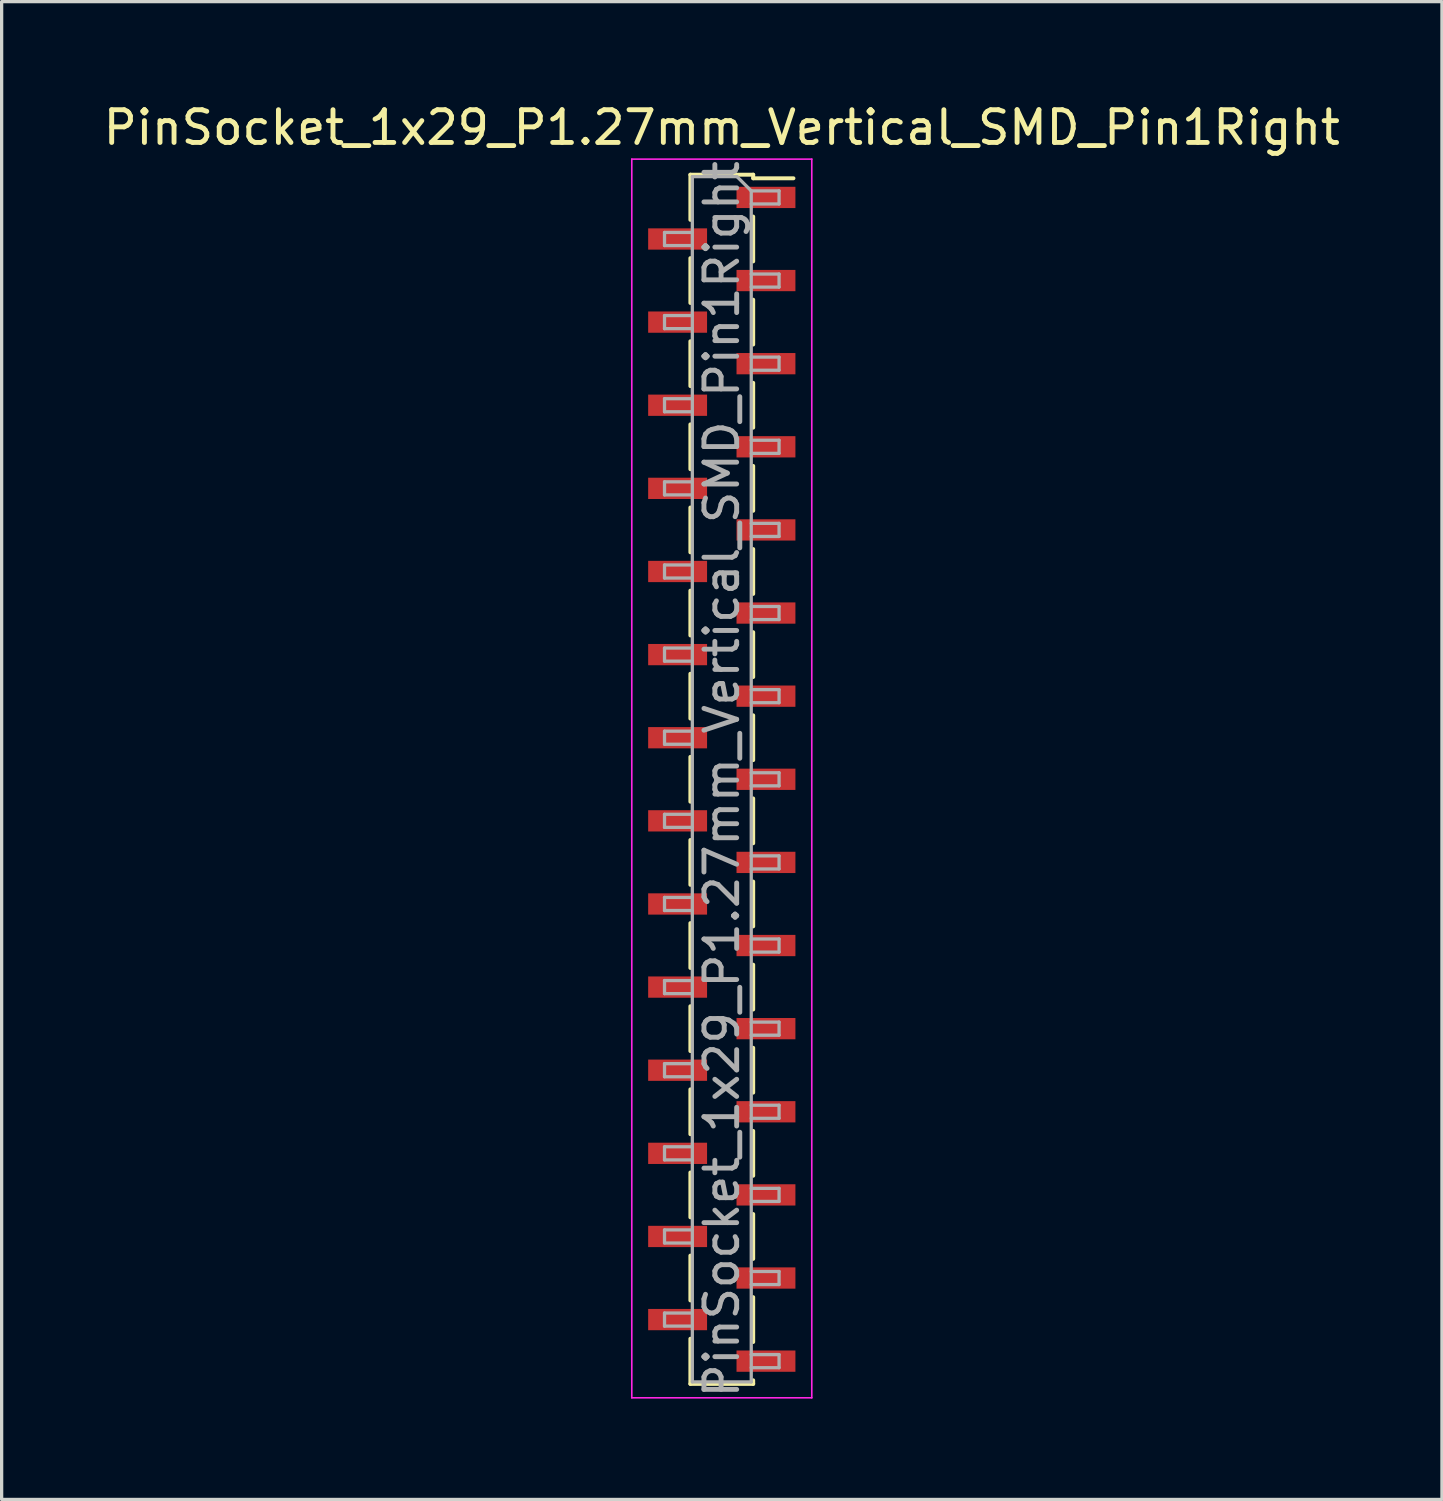
<source format=kicad_pcb>
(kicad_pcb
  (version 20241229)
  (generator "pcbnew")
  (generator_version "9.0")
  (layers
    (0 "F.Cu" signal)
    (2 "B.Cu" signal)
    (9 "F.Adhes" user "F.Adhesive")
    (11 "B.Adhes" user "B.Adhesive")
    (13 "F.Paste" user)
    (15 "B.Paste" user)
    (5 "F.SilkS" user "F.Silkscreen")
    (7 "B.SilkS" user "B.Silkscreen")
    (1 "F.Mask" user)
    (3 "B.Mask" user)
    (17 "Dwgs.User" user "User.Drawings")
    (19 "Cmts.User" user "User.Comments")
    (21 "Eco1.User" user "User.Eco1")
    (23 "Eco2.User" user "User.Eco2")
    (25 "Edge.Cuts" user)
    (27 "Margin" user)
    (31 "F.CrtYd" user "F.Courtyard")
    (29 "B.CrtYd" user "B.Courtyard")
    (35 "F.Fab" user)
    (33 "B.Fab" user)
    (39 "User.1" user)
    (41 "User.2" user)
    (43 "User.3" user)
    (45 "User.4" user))
  (footprint "PinSocket_1x29_P1.27mm_Vertical_SMD_Pin1Right"
    (layer "F.Cu")
    (at 19.006 20.763)
    (property "Reference" "PinSocket_1x29_P1.27mm_Vertical_SMD_Pin1Right" (at 0 -19.915 0) (layer "F.SilkS") (effects (font (size 1 1) (thickness 0.15))))
    (attr smd)
    (fp_line (start -0.96 -18.475) (end -0.96 -17.095) (stroke (width 0.12) (type solid)) (layer "F.SilkS"))
    (fp_line (start -0.96 -18.475) (end 0.96 -18.475) (stroke (width 0.12) (type solid)) (layer "F.SilkS"))
    (fp_line (start -0.96 -15.925) (end -0.96 -14.555) (stroke (width 0.12) (type solid)) (layer "F.SilkS"))
    (fp_line (start -0.96 -13.385) (end -0.96 -12.015) (stroke (width 0.12) (type solid)) (layer "F.SilkS"))
    (fp_line (start -0.96 -10.845) (end -0.96 -9.475) (stroke (width 0.12) (type solid)) (layer "F.SilkS"))
    (fp_line (start -0.96 -8.305) (end -0.96 -6.935) (stroke (width 0.12) (type solid)) (layer "F.SilkS"))
    (fp_line (start -0.96 -5.765) (end -0.96 -4.395) (stroke (width 0.12) (type solid)) (layer "F.SilkS"))
    (fp_line (start -0.96 -3.225) (end -0.96 -1.855) (stroke (width 0.12) (type solid)) (layer "F.SilkS"))
    (fp_line (start -0.96 -0.685) (end -0.96 0.685) (stroke (width 0.12) (type solid)) (layer "F.SilkS"))
    (fp_line (start -0.96 1.855) (end -0.96 3.225) (stroke (width 0.12) (type solid)) (layer "F.SilkS"))
    (fp_line (start -0.96 4.395) (end -0.96 5.765) (stroke (width 0.12) (type solid)) (layer "F.SilkS"))
    (fp_line (start -0.96 6.935) (end -0.96 8.305) (stroke (width 0.12) (type solid)) (layer "F.SilkS"))
    (fp_line (start -0.96 9.475) (end -0.96 10.845) (stroke (width 0.12) (type solid)) (layer "F.SilkS"))
    (fp_line (start -0.96 12.015) (end -0.96 13.385) (stroke (width 0.12) (type solid)) (layer "F.SilkS"))
    (fp_line (start -0.96 14.555) (end -0.96 15.925) (stroke (width 0.12) (type solid)) (layer "F.SilkS"))
    (fp_line (start -0.96 17.095) (end -0.96 18.475) (stroke (width 0.12) (type solid)) (layer "F.SilkS"))
    (fp_line (start -0.96 18.475) (end 0.96 18.475) (stroke (width 0.12) (type solid)) (layer "F.SilkS"))
    (fp_line (start 0.96 -18.475) (end 0.96 -18.365) (stroke (width 0.12) (type solid)) (layer "F.SilkS"))
    (fp_line (start 0.96 -18.365) (end 2.19 -18.365) (stroke (width 0.12) (type solid)) (layer "F.SilkS"))
    (fp_line (start 0.96 -17.195) (end 0.96 -15.825) (stroke (width 0.12) (type solid)) (layer "F.SilkS"))
    (fp_line (start 0.96 -14.655) (end 0.96 -13.285) (stroke (width 0.12) (type solid)) (layer "F.SilkS"))
    (fp_line (start 0.96 -12.115) (end 0.96 -10.745) (stroke (width 0.12) (type solid)) (layer "F.SilkS"))
    (fp_line (start 0.96 -9.575) (end 0.96 -8.205) (stroke (width 0.12) (type solid)) (layer "F.SilkS"))
    (fp_line (start 0.96 -7.035) (end 0.96 -5.665) (stroke (width 0.12) (type solid)) (layer "F.SilkS"))
    (fp_line (start 0.96 -4.495) (end 0.96 -3.125) (stroke (width 0.12) (type solid)) (layer "F.SilkS"))
    (fp_line (start 0.96 -1.955) (end 0.96 -0.585) (stroke (width 0.12) (type solid)) (layer "F.SilkS"))
    (fp_line (start 0.96 0.585) (end 0.96 1.955) (stroke (width 0.12) (type solid)) (layer "F.SilkS"))
    (fp_line (start 0.96 3.125) (end 0.96 4.495) (stroke (width 0.12) (type solid)) (layer "F.SilkS"))
    (fp_line (start 0.96 5.665) (end 0.96 7.035) (stroke (width 0.12) (type solid)) (layer "F.SilkS"))
    (fp_line (start 0.96 8.205) (end 0.96 9.575) (stroke (width 0.12) (type solid)) (layer "F.SilkS"))
    (fp_line (start 0.96 10.745) (end 0.96 12.115) (stroke (width 0.12) (type solid)) (layer "F.SilkS"))
    (fp_line (start 0.96 13.285) (end 0.96 14.655) (stroke (width 0.12) (type solid)) (layer "F.SilkS"))
    (fp_line (start 0.96 15.825) (end 0.96 17.195) (stroke (width 0.12) (type solid)) (layer "F.SilkS"))
    (fp_line (start 0.96 18.365) (end 0.96 18.475) (stroke (width 0.12) (type solid)) (layer "F.SilkS"))
    (fp_line (start -2.75 -18.95) (end 2.75 -18.95) (stroke (width 0.05) (type solid)) (layer "F.CrtYd"))
    (fp_line (start -2.75 18.9) (end -2.75 -18.95) (stroke (width 0.05) (type solid)) (layer "F.CrtYd"))
    (fp_line (start 2.75 -18.95) (end 2.75 18.9) (stroke (width 0.05) (type solid)) (layer "F.CrtYd"))
    (fp_line (start 2.75 18.9) (end -2.75 18.9) (stroke (width 0.05) (type solid)) (layer "F.CrtYd"))
    (fp_line (start -1.75 -16.71) (end -0.9 -16.71) (stroke (width 0.1) (type solid)) (layer "F.Fab"))
    (fp_line (start -1.75 -16.31) (end -1.75 -16.71) (stroke (width 0.1) (type solid)) (layer "F.Fab"))
    (fp_line (start -1.75 -14.17) (end -0.9 -14.17) (stroke (width 0.1) (type solid)) (layer "F.Fab"))
    (fp_line (start -1.75 -13.77) (end -1.75 -14.17) (stroke (width 0.1) (type solid)) (layer "F.Fab"))
    (fp_line (start -1.75 -11.63) (end -0.9 -11.63) (stroke (width 0.1) (type solid)) (layer "F.Fab"))
    (fp_line (start -1.75 -11.23) (end -1.75 -11.63) (stroke (width 0.1) (type solid)) (layer "F.Fab"))
    (fp_line (start -1.75 -9.09) (end -0.9 -9.09) (stroke (width 0.1) (type solid)) (layer "F.Fab"))
    (fp_line (start -1.75 -8.69) (end -1.75 -9.09) (stroke (width 0.1) (type solid)) (layer "F.Fab"))
    (fp_line (start -1.75 -6.55) (end -0.9 -6.55) (stroke (width 0.1) (type solid)) (layer "F.Fab"))
    (fp_line (start -1.75 -6.15) (end -1.75 -6.55) (stroke (width 0.1) (type solid)) (layer "F.Fab"))
    (fp_line (start -1.75 -4.01) (end -0.9 -4.01) (stroke (width 0.1) (type solid)) (layer "F.Fab"))
    (fp_line (start -1.75 -3.61) (end -1.75 -4.01) (stroke (width 0.1) (type solid)) (layer "F.Fab"))
    (fp_line (start -1.75 -1.47) (end -0.9 -1.47) (stroke (width 0.1) (type solid)) (layer "F.Fab"))
    (fp_line (start -1.75 -1.07) (end -1.75 -1.47) (stroke (width 0.1) (type solid)) (layer "F.Fab"))
    (fp_line (start -1.75 1.07) (end -0.9 1.07) (stroke (width 0.1) (type solid)) (layer "F.Fab"))
    (fp_line (start -1.75 1.47) (end -1.75 1.07) (stroke (width 0.1) (type solid)) (layer "F.Fab"))
    (fp_line (start -1.75 3.61) (end -0.9 3.61) (stroke (width 0.1) (type solid)) (layer "F.Fab"))
    (fp_line (start -1.75 4.01) (end -1.75 3.61) (stroke (width 0.1) (type solid)) (layer "F.Fab"))
    (fp_line (start -1.75 6.15) (end -0.9 6.15) (stroke (width 0.1) (type solid)) (layer "F.Fab"))
    (fp_line (start -1.75 6.55) (end -1.75 6.15) (stroke (width 0.1) (type solid)) (layer "F.Fab"))
    (fp_line (start -1.75 8.69) (end -0.9 8.69) (stroke (width 0.1) (type solid)) (layer "F.Fab"))
    (fp_line (start -1.75 9.09) (end -1.75 8.69) (stroke (width 0.1) (type solid)) (layer "F.Fab"))
    (fp_line (start -1.75 11.23) (end -0.9 11.23) (stroke (width 0.1) (type solid)) (layer "F.Fab"))
    (fp_line (start -1.75 11.63) (end -1.75 11.23) (stroke (width 0.1) (type solid)) (layer "F.Fab"))
    (fp_line (start -1.75 13.77) (end -0.9 13.77) (stroke (width 0.1) (type solid)) (layer "F.Fab"))
    (fp_line (start -1.75 14.17) (end -1.75 13.77) (stroke (width 0.1) (type solid)) (layer "F.Fab"))
    (fp_line (start -1.75 16.31) (end -0.9 16.31) (stroke (width 0.1) (type solid)) (layer "F.Fab"))
    (fp_line (start -1.75 16.71) (end -1.75 16.31) (stroke (width 0.1) (type solid)) (layer "F.Fab"))
    (fp_line (start -0.9 -18.415) (end 0.465 -18.415) (stroke (width 0.1) (type solid)) (layer "F.Fab"))
    (fp_line (start -0.9 -16.31) (end -1.75 -16.31) (stroke (width 0.1) (type solid)) (layer "F.Fab"))
    (fp_line (start -0.9 -13.77) (end -1.75 -13.77) (stroke (width 0.1) (type solid)) (layer "F.Fab"))
    (fp_line (start -0.9 -11.23) (end -1.75 -11.23) (stroke (width 0.1) (type solid)) (layer "F.Fab"))
    (fp_line (start -0.9 -8.69) (end -1.75 -8.69) (stroke (width 0.1) (type solid)) (layer "F.Fab"))
    (fp_line (start -0.9 -6.15) (end -1.75 -6.15) (stroke (width 0.1) (type solid)) (layer "F.Fab"))
    (fp_line (start -0.9 -3.61) (end -1.75 -3.61) (stroke (width 0.1) (type solid)) (layer "F.Fab"))
    (fp_line (start -0.9 -1.07) (end -1.75 -1.07) (stroke (width 0.1) (type solid)) (layer "F.Fab"))
    (fp_line (start -0.9 1.47) (end -1.75 1.47) (stroke (width 0.1) (type solid)) (layer "F.Fab"))
    (fp_line (start -0.9 4.01) (end -1.75 4.01) (stroke (width 0.1) (type solid)) (layer "F.Fab"))
    (fp_line (start -0.9 6.55) (end -1.75 6.55) (stroke (width 0.1) (type solid)) (layer "F.Fab"))
    (fp_line (start -0.9 9.09) (end -1.75 9.09) (stroke (width 0.1) (type solid)) (layer "F.Fab"))
    (fp_line (start -0.9 11.63) (end -1.75 11.63) (stroke (width 0.1) (type solid)) (layer "F.Fab"))
    (fp_line (start -0.9 14.17) (end -1.75 14.17) (stroke (width 0.1) (type solid)) (layer "F.Fab"))
    (fp_line (start -0.9 16.71) (end -1.75 16.71) (stroke (width 0.1) (type solid)) (layer "F.Fab"))
    (fp_line (start -0.9 18.415) (end -0.9 -18.415) (stroke (width 0.1) (type solid)) (layer "F.Fab"))
    (fp_line (start 0.465 -18.415) (end 0.9 -17.98) (stroke (width 0.1) (type solid)) (layer "F.Fab"))
    (fp_line (start 0.9 -17.98) (end 0.9 18.415) (stroke (width 0.1) (type solid)) (layer "F.Fab"))
    (fp_line (start 0.9 -17.98) (end 1.75 -17.98) (stroke (width 0.1) (type solid)) (layer "F.Fab"))
    (fp_line (start 0.9 -15.44) (end 1.75 -15.44) (stroke (width 0.1) (type solid)) (layer "F.Fab"))
    (fp_line (start 0.9 -12.9) (end 1.75 -12.9) (stroke (width 0.1) (type solid)) (layer "F.Fab"))
    (fp_line (start 0.9 -10.36) (end 1.75 -10.36) (stroke (width 0.1) (type solid)) (layer "F.Fab"))
    (fp_line (start 0.9 -7.82) (end 1.75 -7.82) (stroke (width 0.1) (type solid)) (layer "F.Fab"))
    (fp_line (start 0.9 -5.28) (end 1.75 -5.28) (stroke (width 0.1) (type solid)) (layer "F.Fab"))
    (fp_line (start 0.9 -2.74) (end 1.75 -2.74) (stroke (width 0.1) (type solid)) (layer "F.Fab"))
    (fp_line (start 0.9 -0.2) (end 1.75 -0.2) (stroke (width 0.1) (type solid)) (layer "F.Fab"))
    (fp_line (start 0.9 2.34) (end 1.75 2.34) (stroke (width 0.1) (type solid)) (layer "F.Fab"))
    (fp_line (start 0.9 4.88) (end 1.75 4.88) (stroke (width 0.1) (type solid)) (layer "F.Fab"))
    (fp_line (start 0.9 7.42) (end 1.75 7.42) (stroke (width 0.1) (type solid)) (layer "F.Fab"))
    (fp_line (start 0.9 9.96) (end 1.75 9.96) (stroke (width 0.1) (type solid)) (layer "F.Fab"))
    (fp_line (start 0.9 12.5) (end 1.75 12.5) (stroke (width 0.1) (type solid)) (layer "F.Fab"))
    (fp_line (start 0.9 15.04) (end 1.75 15.04) (stroke (width 0.1) (type solid)) (layer "F.Fab"))
    (fp_line (start 0.9 17.58) (end 1.75 17.58) (stroke (width 0.1) (type solid)) (layer "F.Fab"))
    (fp_line (start 0.9 18.415) (end -0.9 18.415) (stroke (width 0.1) (type solid)) (layer "F.Fab"))
    (fp_line (start 1.75 -17.98) (end 1.75 -17.58) (stroke (width 0.1) (type solid)) (layer "F.Fab"))
    (fp_line (start 1.75 -17.58) (end 0.9 -17.58) (stroke (width 0.1) (type solid)) (layer "F.Fab"))
    (fp_line (start 1.75 -15.44) (end 1.75 -15.04) (stroke (width 0.1) (type solid)) (layer "F.Fab"))
    (fp_line (start 1.75 -15.04) (end 0.9 -15.04) (stroke (width 0.1) (type solid)) (layer "F.Fab"))
    (fp_line (start 1.75 -12.9) (end 1.75 -12.5) (stroke (width 0.1) (type solid)) (layer "F.Fab"))
    (fp_line (start 1.75 -12.5) (end 0.9 -12.5) (stroke (width 0.1) (type solid)) (layer "F.Fab"))
    (fp_line (start 1.75 -10.36) (end 1.75 -9.96) (stroke (width 0.1) (type solid)) (layer "F.Fab"))
    (fp_line (start 1.75 -9.96) (end 0.9 -9.96) (stroke (width 0.1) (type solid)) (layer "F.Fab"))
    (fp_line (start 1.75 -7.82) (end 1.75 -7.42) (stroke (width 0.1) (type solid)) (layer "F.Fab"))
    (fp_line (start 1.75 -7.42) (end 0.9 -7.42) (stroke (width 0.1) (type solid)) (layer "F.Fab"))
    (fp_line (start 1.75 -5.28) (end 1.75 -4.88) (stroke (width 0.1) (type solid)) (layer "F.Fab"))
    (fp_line (start 1.75 -4.88) (end 0.9 -4.88) (stroke (width 0.1) (type solid)) (layer "F.Fab"))
    (fp_line (start 1.75 -2.74) (end 1.75 -2.34) (stroke (width 0.1) (type solid)) (layer "F.Fab"))
    (fp_line (start 1.75 -2.34) (end 0.9 -2.34) (stroke (width 0.1) (type solid)) (layer "F.Fab"))
    (fp_line (start 1.75 -0.2) (end 1.75 0.2) (stroke (width 0.1) (type solid)) (layer "F.Fab"))
    (fp_line (start 1.75 0.2) (end 0.9 0.2) (stroke (width 0.1) (type solid)) (layer "F.Fab"))
    (fp_line (start 1.75 2.34) (end 1.75 2.74) (stroke (width 0.1) (type solid)) (layer "F.Fab"))
    (fp_line (start 1.75 2.74) (end 0.9 2.74) (stroke (width 0.1) (type solid)) (layer "F.Fab"))
    (fp_line (start 1.75 4.88) (end 1.75 5.28) (stroke (width 0.1) (type solid)) (layer "F.Fab"))
    (fp_line (start 1.75 5.28) (end 0.9 5.28) (stroke (width 0.1) (type solid)) (layer "F.Fab"))
    (fp_line (start 1.75 7.42) (end 1.75 7.82) (stroke (width 0.1) (type solid)) (layer "F.Fab"))
    (fp_line (start 1.75 7.82) (end 0.9 7.82) (stroke (width 0.1) (type solid)) (layer "F.Fab"))
    (fp_line (start 1.75 9.96) (end 1.75 10.36) (stroke (width 0.1) (type solid)) (layer "F.Fab"))
    (fp_line (start 1.75 10.36) (end 0.9 10.36) (stroke (width 0.1) (type solid)) (layer "F.Fab"))
    (fp_line (start 1.75 12.5) (end 1.75 12.9) (stroke (width 0.1) (type solid)) (layer "F.Fab"))
    (fp_line (start 1.75 12.9) (end 0.9 12.9) (stroke (width 0.1) (type solid)) (layer "F.Fab"))
    (fp_line (start 1.75 15.04) (end 1.75 15.44) (stroke (width 0.1) (type solid)) (layer "F.Fab"))
    (fp_line (start 1.75 15.44) (end 0.9 15.44) (stroke (width 0.1) (type solid)) (layer "F.Fab"))
    (fp_line (start 1.75 17.58) (end 1.75 17.98) (stroke (width 0.1) (type solid)) (layer "F.Fab"))
    (fp_line (start 1.75 17.98) (end 0.9 17.98) (stroke (width 0.1) (type solid)) (layer "F.Fab"))
    (fp_text user "${REFERENCE}" (at 0 0 90) (layer "F.Fab") (effects (font (size 1 1) (thickness 0.15))))
    (pad "1" smd rect (at 1.35 -17.78) (size 1.8 0.65) (layers "F.Cu" "F.Mask" "F.Paste"))
    (pad "2" smd rect (at -1.35 -16.51) (size 1.8 0.65) (layers "F.Cu" "F.Mask" "F.Paste"))
    (pad "3" smd rect (at 1.35 -15.24) (size 1.8 0.65) (layers "F.Cu" "F.Mask" "F.Paste"))
    (pad "4" smd rect (at -1.35 -13.97) (size 1.8 0.65) (layers "F.Cu" "F.Mask" "F.Paste"))
    (pad "5" smd rect (at 1.35 -12.7) (size 1.8 0.65) (layers "F.Cu" "F.Mask" "F.Paste"))
    (pad "6" smd rect (at -1.35 -11.43) (size 1.8 0.65) (layers "F.Cu" "F.Mask" "F.Paste"))
    (pad "7" smd rect (at 1.35 -10.16) (size 1.8 0.65) (layers "F.Cu" "F.Mask" "F.Paste"))
    (pad "8" smd rect (at -1.35 -8.89) (size 1.8 0.65) (layers "F.Cu" "F.Mask" "F.Paste"))
    (pad "9" smd rect (at 1.35 -7.62) (size 1.8 0.65) (layers "F.Cu" "F.Mask" "F.Paste"))
    (pad "10" smd rect (at -1.35 -6.35) (size 1.8 0.65) (layers "F.Cu" "F.Mask" "F.Paste"))
    (pad "11" smd rect (at 1.35 -5.08) (size 1.8 0.65) (layers "F.Cu" "F.Mask" "F.Paste"))
    (pad "12" smd rect (at -1.35 -3.81) (size 1.8 0.65) (layers "F.Cu" "F.Mask" "F.Paste"))
    (pad "13" smd rect (at 1.35 -2.54) (size 1.8 0.65) (layers "F.Cu" "F.Mask" "F.Paste"))
    (pad "14" smd rect (at -1.35 -1.27) (size 1.8 0.65) (layers "F.Cu" "F.Mask" "F.Paste"))
    (pad "15" smd rect (at 1.35 0) (size 1.8 0.65) (layers "F.Cu" "F.Mask" "F.Paste"))
    (pad "16" smd rect (at -1.35 1.27) (size 1.8 0.65) (layers "F.Cu" "F.Mask" "F.Paste"))
    (pad "17" smd rect (at 1.35 2.54) (size 1.8 0.65) (layers "F.Cu" "F.Mask" "F.Paste"))
    (pad "18" smd rect (at -1.35 3.81) (size 1.8 0.65) (layers "F.Cu" "F.Mask" "F.Paste"))
    (pad "19" smd rect (at 1.35 5.08) (size 1.8 0.65) (layers "F.Cu" "F.Mask" "F.Paste"))
    (pad "20" smd rect (at -1.35 6.35) (size 1.8 0.65) (layers "F.Cu" "F.Mask" "F.Paste"))
    (pad "21" smd rect (at 1.35 7.62) (size 1.8 0.65) (layers "F.Cu" "F.Mask" "F.Paste"))
    (pad "22" smd rect (at -1.35 8.89) (size 1.8 0.65) (layers "F.Cu" "F.Mask" "F.Paste"))
    (pad "23" smd rect (at 1.35 10.16) (size 1.8 0.65) (layers "F.Cu" "F.Mask" "F.Paste"))
    (pad "24" smd rect (at -1.35 11.43) (size 1.8 0.65) (layers "F.Cu" "F.Mask" "F.Paste"))
    (pad "25" smd rect (at 1.35 12.7) (size 1.8 0.65) (layers "F.Cu" "F.Mask" "F.Paste"))
    (pad "26" smd rect (at -1.35 13.97) (size 1.8 0.65) (layers "F.Cu" "F.Mask" "F.Paste"))
    (pad "27" smd rect (at 1.35 15.24) (size 1.8 0.65) (layers "F.Cu" "F.Mask" "F.Paste"))
    (pad "28" smd rect (at -1.35 16.51) (size 1.8 0.65) (layers "F.Cu" "F.Mask" "F.Paste"))
    (pad "29" smd rect (at 1.35 17.78) (size 1.8 0.65) (layers "F.Cu" "F.Mask" "F.Paste")))
  (gr_rect
    (start -3 -3)
    (end 41.012 42.769)
    (stroke (width 0.1) (type default))
    (fill no)
    (layer "Edge.Cuts")))
</source>
